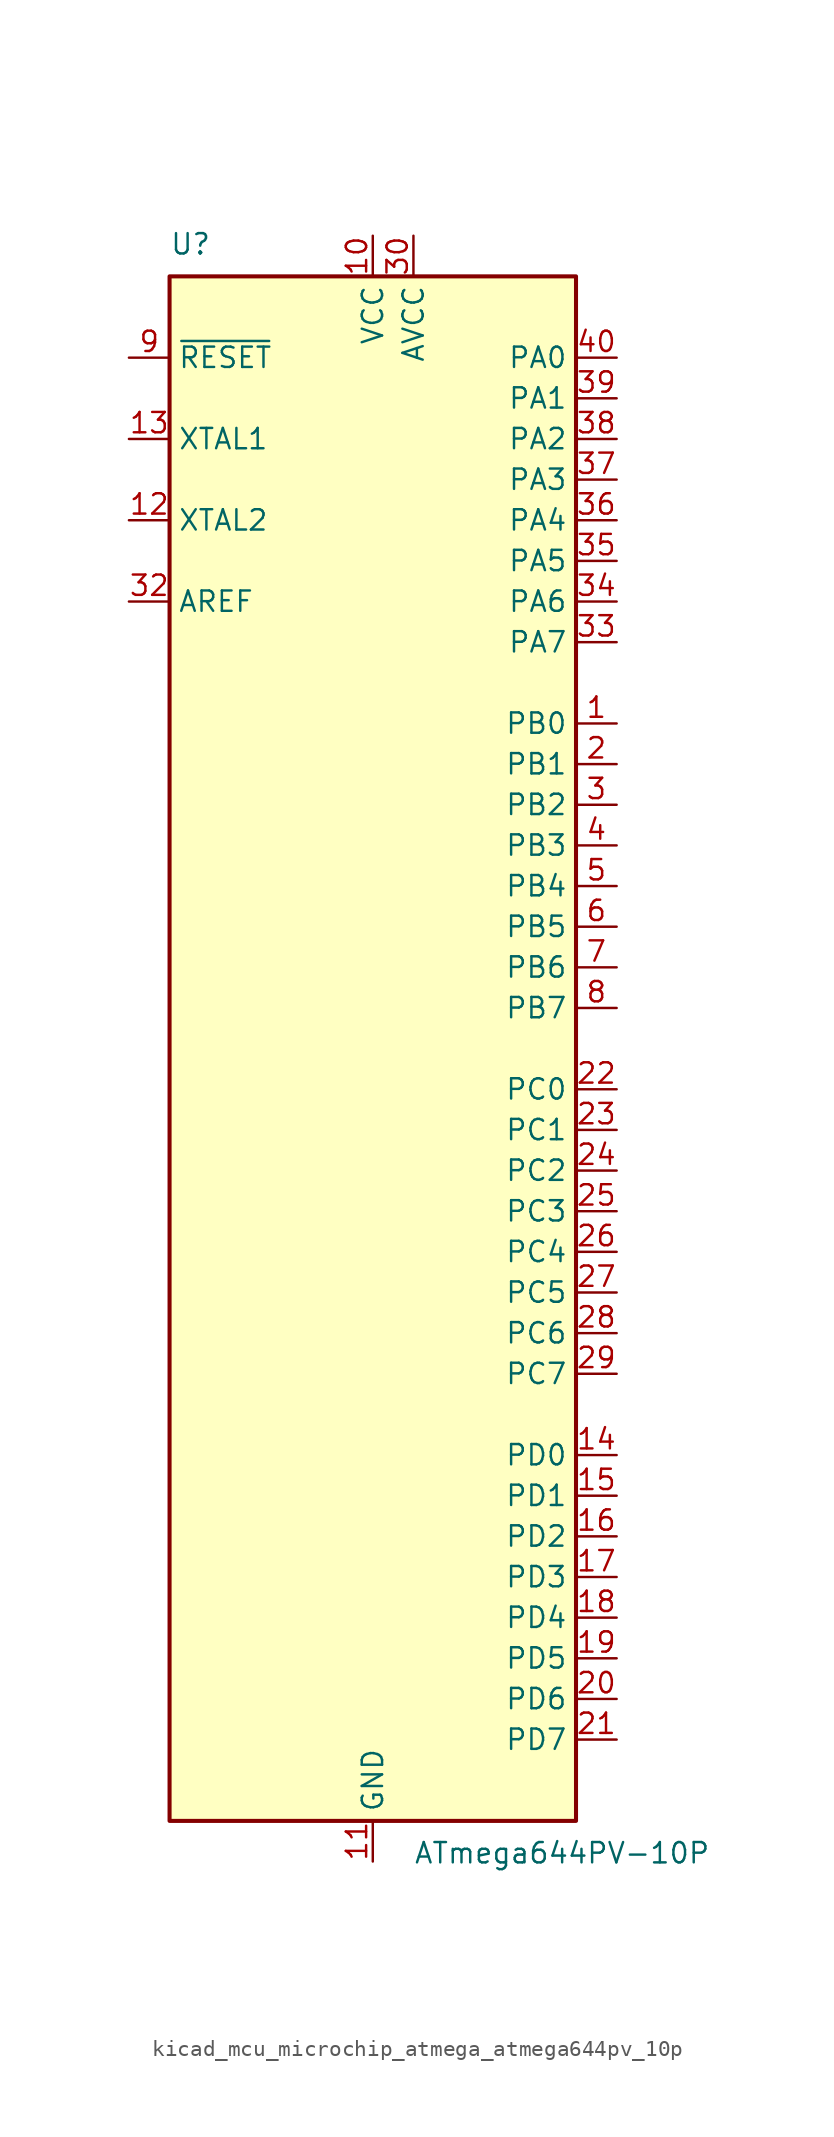
<source format=kicad_sym>
(kicad_symbol_lib
  (version 20220914)
  (generator kicad_symbol_editor)
  (symbol "kicad_mcu_microchip_atmega_atmega644pv_10p"
    (property "Reference" "U"
      (at -12.7 49.53 0)
      (effects (font (size 1.27 1.27)) (justify left bottom)))
    (property "Value" "ATmega644PV-10P"
      (at 2.54 -49.53 0)
      (effects (font (size 1.27 1.27)) (justify left top)))
    (symbol "kicad_mcu_microchip_atmega_atmega644pv_10p_0_1"
      (rectangle (start -12.7 -48.26) (end 12.7 48.26) (stroke (width 0.254) (type default)) (fill (type background))))
    (symbol "kicad_mcu_microchip_atmega_atmega644pv_10p_1_1"
      (pin bidirectional line (at 15.24 20.32 180) (length 2.54) (name "PB0" (effects (font (size 1.27 1.27)))) (number "1" (effects (font (size 1.27 1.27)))))
      (pin power_in line (at 0 50.8 270) (length 2.54) (name "VCC" (effects (font (size 1.27 1.27)))) (number "10" (effects (font (size 1.27 1.27)))))
      (pin power_in line (at 0 -50.8 90) (length 2.54) (name "GND" (effects (font (size 1.27 1.27)))) (number "11" (effects (font (size 1.27 1.27)))))
      (pin output line (at -15.24 33.02 0) (length 2.54) (name "XTAL2" (effects (font (size 1.27 1.27)))) (number "12" (effects (font (size 1.27 1.27)))))
      (pin input line (at -15.24 38.1 0) (length 2.54) (name "XTAL1" (effects (font (size 1.27 1.27)))) (number "13" (effects (font (size 1.27 1.27)))))
      (pin bidirectional line (at 15.24 -25.4 180) (length 2.54) (name "PD0" (effects (font (size 1.27 1.27)))) (number "14" (effects (font (size 1.27 1.27)))))
      (pin bidirectional line (at 15.24 -27.94 180) (length 2.54) (name "PD1" (effects (font (size 1.27 1.27)))) (number "15" (effects (font (size 1.27 1.27)))))
      (pin bidirectional line (at 15.24 -30.48 180) (length 2.54) (name "PD2" (effects (font (size 1.27 1.27)))) (number "16" (effects (font (size 1.27 1.27)))))
      (pin bidirectional line (at 15.24 -33.02 180) (length 2.54) (name "PD3" (effects (font (size 1.27 1.27)))) (number "17" (effects (font (size 1.27 1.27)))))
      (pin bidirectional line (at 15.24 -35.56 180) (length 2.54) (name "PD4" (effects (font (size 1.27 1.27)))) (number "18" (effects (font (size 1.27 1.27)))))
      (pin bidirectional line (at 15.24 -38.1 180) (length 2.54) (name "PD5" (effects (font (size 1.27 1.27)))) (number "19" (effects (font (size 1.27 1.27)))))
      (pin bidirectional line (at 15.24 17.78 180) (length 2.54) (name "PB1" (effects (font (size 1.27 1.27)))) (number "2" (effects (font (size 1.27 1.27)))))
      (pin bidirectional line (at 15.24 -40.64 180) (length 2.54) (name "PD6" (effects (font (size 1.27 1.27)))) (number "20" (effects (font (size 1.27 1.27)))))
      (pin bidirectional line (at 15.24 -43.18 180) (length 2.54) (name "PD7" (effects (font (size 1.27 1.27)))) (number "21" (effects (font (size 1.27 1.27)))))
      (pin bidirectional line (at 15.24 -2.54 180) (length 2.54) (name "PC0" (effects (font (size 1.27 1.27)))) (number "22" (effects (font (size 1.27 1.27)))))
      (pin bidirectional line (at 15.24 -5.08 180) (length 2.54) (name "PC1" (effects (font (size 1.27 1.27)))) (number "23" (effects (font (size 1.27 1.27)))))
      (pin bidirectional line (at 15.24 -7.62 180) (length 2.54) (name "PC2" (effects (font (size 1.27 1.27)))) (number "24" (effects (font (size 1.27 1.27)))))
      (pin bidirectional line (at 15.24 -10.16 180) (length 2.54) (name "PC3" (effects (font (size 1.27 1.27)))) (number "25" (effects (font (size 1.27 1.27)))))
      (pin bidirectional line (at 15.24 -12.7 180) (length 2.54) (name "PC4" (effects (font (size 1.27 1.27)))) (number "26" (effects (font (size 1.27 1.27)))))
      (pin bidirectional line (at 15.24 -15.24 180) (length 2.54) (name "PC5" (effects (font (size 1.27 1.27)))) (number "27" (effects (font (size 1.27 1.27)))))
      (pin bidirectional line (at 15.24 -17.78 180) (length 2.54) (name "PC6" (effects (font (size 1.27 1.27)))) (number "28" (effects (font (size 1.27 1.27)))))
      (pin bidirectional line (at 15.24 -20.32 180) (length 2.54) (name "PC7" (effects (font (size 1.27 1.27)))) (number "29" (effects (font (size 1.27 1.27)))))
      (pin bidirectional line (at 15.24 15.24 180) (length 2.54) (name "PB2" (effects (font (size 1.27 1.27)))) (number "3" (effects (font (size 1.27 1.27)))))
      (pin power_in line (at 2.54 50.8 270) (length 2.54) (name "AVCC" (effects (font (size 1.27 1.27)))) (number "30" (effects (font (size 1.27 1.27)))))
      (pin passive line (at 0 -50.8 90) (length 2.54) hide (name "GND" (effects (font (size 1.27 1.27)))) (number "31" (effects (font (size 1.27 1.27)))))
      (pin passive line (at -15.24 27.94 0) (length 2.54) (name "AREF" (effects (font (size 1.27 1.27)))) (number "32" (effects (font (size 1.27 1.27)))))
      (pin bidirectional line (at 15.24 25.4 180) (length 2.54) (name "PA7" (effects (font (size 1.27 1.27)))) (number "33" (effects (font (size 1.27 1.27)))))
      (pin bidirectional line (at 15.24 27.94 180) (length 2.54) (name "PA6" (effects (font (size 1.27 1.27)))) (number "34" (effects (font (size 1.27 1.27)))))
      (pin bidirectional line (at 15.24 30.48 180) (length 2.54) (name "PA5" (effects (font (size 1.27 1.27)))) (number "35" (effects (font (size 1.27 1.27)))))
      (pin bidirectional line (at 15.24 33.02 180) (length 2.54) (name "PA4" (effects (font (size 1.27 1.27)))) (number "36" (effects (font (size 1.27 1.27)))))
      (pin bidirectional line (at 15.24 35.56 180) (length 2.54) (name "PA3" (effects (font (size 1.27 1.27)))) (number "37" (effects (font (size 1.27 1.27)))))
      (pin bidirectional line (at 15.24 38.1 180) (length 2.54) (name "PA2" (effects (font (size 1.27 1.27)))) (number "38" (effects (font (size 1.27 1.27)))))
      (pin bidirectional line (at 15.24 40.64 180) (length 2.54) (name "PA1" (effects (font (size 1.27 1.27)))) (number "39" (effects (font (size 1.27 1.27)))))
      (pin bidirectional line (at 15.24 12.7 180) (length 2.54) (name "PB3" (effects (font (size 1.27 1.27)))) (number "4" (effects (font (size 1.27 1.27)))))
      (pin bidirectional line (at 15.24 43.18 180) (length 2.54) (name "PA0" (effects (font (size 1.27 1.27)))) (number "40" (effects (font (size 1.27 1.27)))))
      (pin bidirectional line (at 15.24 10.16 180) (length 2.54) (name "PB4" (effects (font (size 1.27 1.27)))) (number "5" (effects (font (size 1.27 1.27)))))
      (pin bidirectional line (at 15.24 7.62 180) (length 2.54) (name "PB5" (effects (font (size 1.27 1.27)))) (number "6" (effects (font (size 1.27 1.27)))))
      (pin bidirectional line (at 15.24 5.08 180) (length 2.54) (name "PB6" (effects (font (size 1.27 1.27)))) (number "7" (effects (font (size 1.27 1.27)))))
      (pin bidirectional line (at 15.24 2.54 180) (length 2.54) (name "PB7" (effects (font (size 1.27 1.27)))) (number "8" (effects (font (size 1.27 1.27)))))
      (pin input line (at -15.24 43.18 0) (length 2.54) (name "~{RESET}" (effects (font (size 1.27 1.27)))) (number "9" (effects (font (size 1.27 1.27))))))))
</source>
